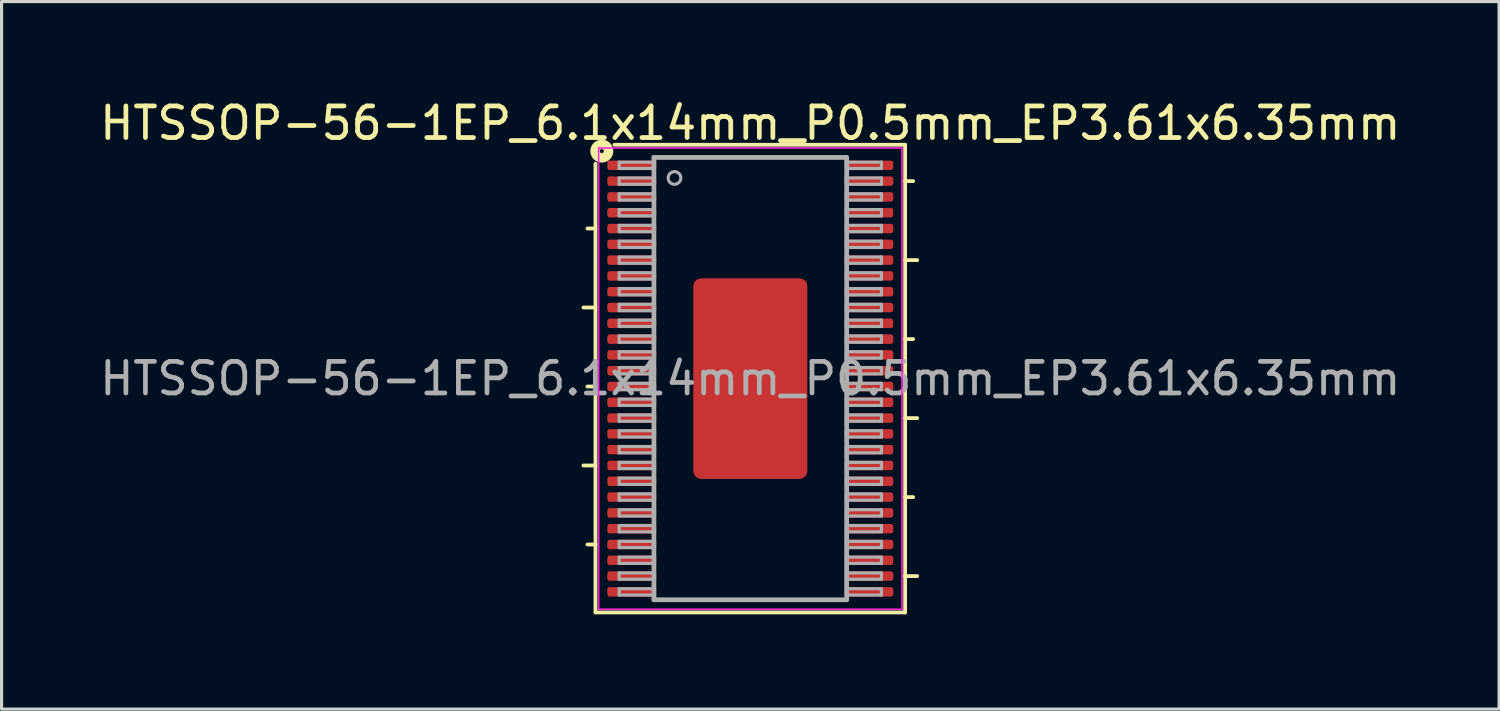
<source format=kicad_pcb>
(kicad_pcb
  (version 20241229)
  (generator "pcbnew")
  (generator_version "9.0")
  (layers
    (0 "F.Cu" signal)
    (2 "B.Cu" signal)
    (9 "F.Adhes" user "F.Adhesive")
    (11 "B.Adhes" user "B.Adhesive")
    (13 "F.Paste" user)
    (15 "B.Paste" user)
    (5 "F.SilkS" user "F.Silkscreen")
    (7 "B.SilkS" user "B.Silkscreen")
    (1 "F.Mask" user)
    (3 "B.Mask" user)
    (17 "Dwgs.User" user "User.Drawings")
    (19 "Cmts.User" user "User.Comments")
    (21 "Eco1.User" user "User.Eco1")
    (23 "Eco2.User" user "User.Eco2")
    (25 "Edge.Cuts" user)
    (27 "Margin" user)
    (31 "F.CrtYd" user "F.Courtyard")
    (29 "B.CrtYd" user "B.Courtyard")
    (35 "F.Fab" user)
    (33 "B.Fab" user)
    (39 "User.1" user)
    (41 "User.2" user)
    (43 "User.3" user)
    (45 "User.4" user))
  (footprint "HTSSOP-56-1EP_6.1x14mm_P0.5mm_EP3.61x6.35mm"
    (layer "F.Cu")
    (at 20.696 8.932)
    (property "Reference" "HTSSOP-56-1EP_6.1x14mm_P0.5mm_EP3.61x6.35mm" (at 0 -8.084 0) (layer "F.SilkS") (effects (font (size 1 1) (thickness 0.15))))
    (attr smd)
    (fp_line (start -5.281 -2.25) (end -4.9 -2.25) (stroke (width 0.12) (type solid)) (layer "F.SilkS"))
    (fp_line (start -5.281 2.75) (end -4.9 2.75) (stroke (width 0.12) (type solid)) (layer "F.SilkS"))
    (fp_line (start -5.154 -4.75) (end -4.9 -4.75) (stroke (width 0.12) (type solid)) (layer "F.SilkS"))
    (fp_line (start -5.154 0.25) (end -4.9 0.25) (stroke (width 0.12) (type solid)) (layer "F.SilkS"))
    (fp_line (start -5.154 5.25) (end -4.9 5.25) (stroke (width 0.12) (type solid)) (layer "F.SilkS"))
    (fp_line (start -4.9 7.4) (end -4.9 -6.8) (stroke (width 0.12) (type solid)) (layer "F.SilkS"))
    (fp_line (start -4.3 -7.4) (end 4.9 -7.4) (stroke (width 0.12) (type solid)) (layer "F.SilkS"))
    (fp_line (start 4.9 -7.4) (end 4.9 7.4) (stroke (width 0.12) (type solid)) (layer "F.SilkS"))
    (fp_line (start 4.9 -6.25) (end 5.154 -6.25) (stroke (width 0.12) (type solid)) (layer "F.SilkS"))
    (fp_line (start 4.9 -3.75) (end 5.281 -3.75) (stroke (width 0.12) (type solid)) (layer "F.SilkS"))
    (fp_line (start 4.9 -1.25) (end 5.154 -1.25) (stroke (width 0.12) (type solid)) (layer "F.SilkS"))
    (fp_line (start 4.9 1.25) (end 5.281 1.25) (stroke (width 0.12) (type solid)) (layer "F.SilkS"))
    (fp_line (start 4.9 3.75) (end 5.154 3.75) (stroke (width 0.12) (type solid)) (layer "F.SilkS"))
    (fp_line (start 4.9 6.25) (end 5.281 6.25) (stroke (width 0.12) (type solid)) (layer "F.SilkS"))
    (fp_line (start 4.9 7.4) (end -4.9 7.4) (stroke (width 0.12) (type solid)) (layer "F.SilkS"))
    (fp_circle (center -4.7 -7.2) (end -4.636 -7.2) (stroke (width 0.3) (type solid)) (fill no) (layer "F.SilkS"))
    (fp_line (start -4.8 -7.3) (end -4.8 7.3) (stroke (width 0.05) (type solid)) (layer "F.CrtYd"))
    (fp_line (start -4.8 -7.3) (end 4.8 -7.3) (stroke (width 0.05) (type solid)) (layer "F.CrtYd"))
    (fp_line (start -4.8 7.3) (end 4.8 7.3) (stroke (width 0.05) (type solid)) (layer "F.CrtYd"))
    (fp_line (start 4.8 -7.3) (end 4.8 7.3) (stroke (width 0.05) (type solid)) (layer "F.CrtYd"))
    (fp_line (start -4.15 -6.85) (end -4.15 -6.65) (stroke (width 0.1) (type solid)) (layer "F.Fab"))
    (fp_line (start -4.15 -6.85) (end -3.05 -6.85) (stroke (width 0.1) (type solid)) (layer "F.Fab"))
    (fp_line (start -4.15 -6.65) (end -3.05 -6.65) (stroke (width 0.1) (type solid)) (layer "F.Fab"))
    (fp_line (start -4.15 -6.35) (end -4.15 -6.15) (stroke (width 0.1) (type solid)) (layer "F.Fab"))
    (fp_line (start -4.15 -6.35) (end -3.05 -6.35) (stroke (width 0.1) (type solid)) (layer "F.Fab"))
    (fp_line (start -4.15 -6.15) (end -3.05 -6.15) (stroke (width 0.1) (type solid)) (layer "F.Fab"))
    (fp_line (start -4.15 -5.85) (end -4.15 -5.65) (stroke (width 0.1) (type solid)) (layer "F.Fab"))
    (fp_line (start -4.15 -5.85) (end -3.05 -5.85) (stroke (width 0.1) (type solid)) (layer "F.Fab"))
    (fp_line (start -4.15 -5.65) (end -3.05 -5.65) (stroke (width 0.1) (type solid)) (layer "F.Fab"))
    (fp_line (start -4.15 -5.35) (end -4.15 -5.15) (stroke (width 0.1) (type solid)) (layer "F.Fab"))
    (fp_line (start -4.15 -5.35) (end -3.05 -5.35) (stroke (width 0.1) (type solid)) (layer "F.Fab"))
    (fp_line (start -4.15 -5.15) (end -3.05 -5.15) (stroke (width 0.1) (type solid)) (layer "F.Fab"))
    (fp_line (start -4.15 -4.85) (end -4.15 -4.65) (stroke (width 0.1) (type solid)) (layer "F.Fab"))
    (fp_line (start -4.15 -4.85) (end -3.05 -4.85) (stroke (width 0.1) (type solid)) (layer "F.Fab"))
    (fp_line (start -4.15 -4.65) (end -3.05 -4.65) (stroke (width 0.1) (type solid)) (layer "F.Fab"))
    (fp_line (start -4.15 -4.35) (end -4.15 -4.15) (stroke (width 0.1) (type solid)) (layer "F.Fab"))
    (fp_line (start -4.15 -4.35) (end -3.05 -4.35) (stroke (width 0.1) (type solid)) (layer "F.Fab"))
    (fp_line (start -4.15 -4.15) (end -3.05 -4.15) (stroke (width 0.1) (type solid)) (layer "F.Fab"))
    (fp_line (start -4.15 -3.85) (end -4.15 -3.65) (stroke (width 0.1) (type solid)) (layer "F.Fab"))
    (fp_line (start -4.15 -3.85) (end -3.05 -3.85) (stroke (width 0.1) (type solid)) (layer "F.Fab"))
    (fp_line (start -4.15 -3.65) (end -3.05 -3.65) (stroke (width 0.1) (type solid)) (layer "F.Fab"))
    (fp_line (start -4.15 -3.35) (end -4.15 -3.15) (stroke (width 0.1) (type solid)) (layer "F.Fab"))
    (fp_line (start -4.15 -3.35) (end -3.05 -3.35) (stroke (width 0.1) (type solid)) (layer "F.Fab"))
    (fp_line (start -4.15 -3.15) (end -3.05 -3.15) (stroke (width 0.1) (type solid)) (layer "F.Fab"))
    (fp_line (start -4.15 -2.85) (end -4.15 -2.65) (stroke (width 0.1) (type solid)) (layer "F.Fab"))
    (fp_line (start -4.15 -2.85) (end -3.05 -2.85) (stroke (width 0.1) (type solid)) (layer "F.Fab"))
    (fp_line (start -4.15 -2.65) (end -3.05 -2.65) (stroke (width 0.1) (type solid)) (layer "F.Fab"))
    (fp_line (start -4.15 -2.35) (end -4.15 -2.15) (stroke (width 0.1) (type solid)) (layer "F.Fab"))
    (fp_line (start -4.15 -2.35) (end -3.05 -2.35) (stroke (width 0.1) (type solid)) (layer "F.Fab"))
    (fp_line (start -4.15 -2.15) (end -3.05 -2.15) (stroke (width 0.1) (type solid)) (layer "F.Fab"))
    (fp_line (start -4.15 -1.85) (end -4.15 -1.65) (stroke (width 0.1) (type solid)) (layer "F.Fab"))
    (fp_line (start -4.15 -1.85) (end -3.05 -1.85) (stroke (width 0.1) (type solid)) (layer "F.Fab"))
    (fp_line (start -4.15 -1.65) (end -3.05 -1.65) (stroke (width 0.1) (type solid)) (layer "F.Fab"))
    (fp_line (start -4.15 -1.35) (end -4.15 -1.15) (stroke (width 0.1) (type solid)) (layer "F.Fab"))
    (fp_line (start -4.15 -1.35) (end -3.05 -1.35) (stroke (width 0.1) (type solid)) (layer "F.Fab"))
    (fp_line (start -4.15 -1.15) (end -3.05 -1.15) (stroke (width 0.1) (type solid)) (layer "F.Fab"))
    (fp_line (start -4.15 -0.85) (end -4.15 -0.65) (stroke (width 0.1) (type solid)) (layer "F.Fab"))
    (fp_line (start -4.15 -0.85) (end -3.05 -0.85) (stroke (width 0.1) (type solid)) (layer "F.Fab"))
    (fp_line (start -4.15 -0.65) (end -3.05 -0.65) (stroke (width 0.1) (type solid)) (layer "F.Fab"))
    (fp_line (start -4.15 -0.35) (end -4.15 -0.15) (stroke (width 0.1) (type solid)) (layer "F.Fab"))
    (fp_line (start -4.15 -0.35) (end -3.05 -0.35) (stroke (width 0.1) (type solid)) (layer "F.Fab"))
    (fp_line (start -4.15 -0.15) (end -3.05 -0.15) (stroke (width 0.1) (type solid)) (layer "F.Fab"))
    (fp_line (start -4.15 0.15) (end -4.15 0.35) (stroke (width 0.1) (type solid)) (layer "F.Fab"))
    (fp_line (start -4.15 0.15) (end -3.05 0.15) (stroke (width 0.1) (type solid)) (layer "F.Fab"))
    (fp_line (start -4.15 0.35) (end -3.05 0.35) (stroke (width 0.1) (type solid)) (layer "F.Fab"))
    (fp_line (start -4.15 0.65) (end -4.15 0.85) (stroke (width 0.1) (type solid)) (layer "F.Fab"))
    (fp_line (start -4.15 0.65) (end -3.05 0.65) (stroke (width 0.1) (type solid)) (layer "F.Fab"))
    (fp_line (start -4.15 0.85) (end -3.05 0.85) (stroke (width 0.1) (type solid)) (layer "F.Fab"))
    (fp_line (start -4.15 1.15) (end -4.15 1.35) (stroke (width 0.1) (type solid)) (layer "F.Fab"))
    (fp_line (start -4.15 1.15) (end -3.05 1.15) (stroke (width 0.1) (type solid)) (layer "F.Fab"))
    (fp_line (start -4.15 1.35) (end -3.05 1.35) (stroke (width 0.1) (type solid)) (layer "F.Fab"))
    (fp_line (start -4.15 1.65) (end -4.15 1.85) (stroke (width 0.1) (type solid)) (layer "F.Fab"))
    (fp_line (start -4.15 1.65) (end -3.05 1.65) (stroke (width 0.1) (type solid)) (layer "F.Fab"))
    (fp_line (start -4.15 1.85) (end -3.05 1.85) (stroke (width 0.1) (type solid)) (layer "F.Fab"))
    (fp_line (start -4.15 2.15) (end -4.15 2.35) (stroke (width 0.1) (type solid)) (layer "F.Fab"))
    (fp_line (start -4.15 2.15) (end -3.05 2.15) (stroke (width 0.1) (type solid)) (layer "F.Fab"))
    (fp_line (start -4.15 2.35) (end -3.05 2.35) (stroke (width 0.1) (type solid)) (layer "F.Fab"))
    (fp_line (start -4.15 2.65) (end -4.15 2.85) (stroke (width 0.1) (type solid)) (layer "F.Fab"))
    (fp_line (start -4.15 2.65) (end -3.05 2.65) (stroke (width 0.1) (type solid)) (layer "F.Fab"))
    (fp_line (start -4.15 2.85) (end -3.05 2.85) (stroke (width 0.1) (type solid)) (layer "F.Fab"))
    (fp_line (start -4.15 3.15) (end -4.15 3.35) (stroke (width 0.1) (type solid)) (layer "F.Fab"))
    (fp_line (start -4.15 3.15) (end -3.05 3.15) (stroke (width 0.1) (type solid)) (layer "F.Fab"))
    (fp_line (start -4.15 3.35) (end -3.05 3.35) (stroke (width 0.1) (type solid)) (layer "F.Fab"))
    (fp_line (start -4.15 3.65) (end -4.15 3.85) (stroke (width 0.1) (type solid)) (layer "F.Fab"))
    (fp_line (start -4.15 3.65) (end -3.05 3.65) (stroke (width 0.1) (type solid)) (layer "F.Fab"))
    (fp_line (start -4.15 3.85) (end -3.05 3.85) (stroke (width 0.1) (type solid)) (layer "F.Fab"))
    (fp_line (start -4.15 4.15) (end -4.15 4.35) (stroke (width 0.1) (type solid)) (layer "F.Fab"))
    (fp_line (start -4.15 4.15) (end -3.05 4.15) (stroke (width 0.1) (type solid)) (layer "F.Fab"))
    (fp_line (start -4.15 4.35) (end -3.05 4.35) (stroke (width 0.1) (type solid)) (layer "F.Fab"))
    (fp_line (start -4.15 4.65) (end -4.15 4.85) (stroke (width 0.1) (type solid)) (layer "F.Fab"))
    (fp_line (start -4.15 4.65) (end -3.05 4.65) (stroke (width 0.1) (type solid)) (layer "F.Fab"))
    (fp_line (start -4.15 4.85) (end -3.05 4.85) (stroke (width 0.1) (type solid)) (layer "F.Fab"))
    (fp_line (start -4.15 5.15) (end -4.15 5.35) (stroke (width 0.1) (type solid)) (layer "F.Fab"))
    (fp_line (start -4.15 5.15) (end -3.05 5.15) (stroke (width 0.1) (type solid)) (layer "F.Fab"))
    (fp_line (start -4.15 5.35) (end -3.05 5.35) (stroke (width 0.1) (type solid)) (layer "F.Fab"))
    (fp_line (start -4.15 5.65) (end -4.15 5.85) (stroke (width 0.1) (type solid)) (layer "F.Fab"))
    (fp_line (start -4.15 5.65) (end -3.05 5.65) (stroke (width 0.1) (type solid)) (layer "F.Fab"))
    (fp_line (start -4.15 5.85) (end -3.05 5.85) (stroke (width 0.1) (type solid)) (layer "F.Fab"))
    (fp_line (start -4.15 6.15) (end -4.15 6.35) (stroke (width 0.1) (type solid)) (layer "F.Fab"))
    (fp_line (start -4.15 6.15) (end -3.05 6.15) (stroke (width 0.1) (type solid)) (layer "F.Fab"))
    (fp_line (start -4.15 6.35) (end -3.05 6.35) (stroke (width 0.1) (type solid)) (layer "F.Fab"))
    (fp_line (start -4.15 6.65) (end -4.15 6.85) (stroke (width 0.1) (type solid)) (layer "F.Fab"))
    (fp_line (start -4.15 6.65) (end -3.05 6.65) (stroke (width 0.1) (type solid)) (layer "F.Fab"))
    (fp_line (start -4.15 6.85) (end -3.05 6.85) (stroke (width 0.1) (type solid)) (layer "F.Fab"))
    (fp_line (start -3.05 -7) (end 3.05 -7) (stroke (width 0.15) (type solid)) (layer "F.Fab"))
    (fp_line (start -3.05 7) (end -3.05 -7) (stroke (width 0.15) (type solid)) (layer "F.Fab"))
    (fp_line (start 3.05 -7) (end 3.05 7) (stroke (width 0.15) (type solid)) (layer "F.Fab"))
    (fp_line (start 3.05 7) (end -3.05 7) (stroke (width 0.15) (type solid)) (layer "F.Fab"))
    (fp_line (start 4.15 -6.85) (end 3.05 -6.85) (stroke (width 0.1) (type solid)) (layer "F.Fab"))
    (fp_line (start 4.15 -6.65) (end 3.05 -6.65) (stroke (width 0.1) (type solid)) (layer "F.Fab"))
    (fp_line (start 4.15 -6.65) (end 4.15 -6.85) (stroke (width 0.1) (type solid)) (layer "F.Fab"))
    (fp_line (start 4.15 -6.35) (end 3.05 -6.35) (stroke (width 0.1) (type solid)) (layer "F.Fab"))
    (fp_line (start 4.15 -6.15) (end 3.05 -6.15) (stroke (width 0.1) (type solid)) (layer "F.Fab"))
    (fp_line (start 4.15 -6.15) (end 4.15 -6.35) (stroke (width 0.1) (type solid)) (layer "F.Fab"))
    (fp_line (start 4.15 -5.85) (end 3.05 -5.85) (stroke (width 0.1) (type solid)) (layer "F.Fab"))
    (fp_line (start 4.15 -5.65) (end 3.05 -5.65) (stroke (width 0.1) (type solid)) (layer "F.Fab"))
    (fp_line (start 4.15 -5.65) (end 4.15 -5.85) (stroke (width 0.1) (type solid)) (layer "F.Fab"))
    (fp_line (start 4.15 -5.35) (end 3.05 -5.35) (stroke (width 0.1) (type solid)) (layer "F.Fab"))
    (fp_line (start 4.15 -5.15) (end 3.05 -5.15) (stroke (width 0.1) (type solid)) (layer "F.Fab"))
    (fp_line (start 4.15 -5.15) (end 4.15 -5.35) (stroke (width 0.1) (type solid)) (layer "F.Fab"))
    (fp_line (start 4.15 -4.85) (end 3.05 -4.85) (stroke (width 0.1) (type solid)) (layer "F.Fab"))
    (fp_line (start 4.15 -4.65) (end 3.05 -4.65) (stroke (width 0.1) (type solid)) (layer "F.Fab"))
    (fp_line (start 4.15 -4.65) (end 4.15 -4.85) (stroke (width 0.1) (type solid)) (layer "F.Fab"))
    (fp_line (start 4.15 -4.35) (end 3.05 -4.35) (stroke (width 0.1) (type solid)) (layer "F.Fab"))
    (fp_line (start 4.15 -4.15) (end 3.05 -4.15) (stroke (width 0.1) (type solid)) (layer "F.Fab"))
    (fp_line (start 4.15 -4.15) (end 4.15 -4.35) (stroke (width 0.1) (type solid)) (layer "F.Fab"))
    (fp_line (start 4.15 -3.85) (end 3.05 -3.85) (stroke (width 0.1) (type solid)) (layer "F.Fab"))
    (fp_line (start 4.15 -3.65) (end 3.05 -3.65) (stroke (width 0.1) (type solid)) (layer "F.Fab"))
    (fp_line (start 4.15 -3.65) (end 4.15 -3.85) (stroke (width 0.1) (type solid)) (layer "F.Fab"))
    (fp_line (start 4.15 -3.35) (end 3.05 -3.35) (stroke (width 0.1) (type solid)) (layer "F.Fab"))
    (fp_line (start 4.15 -3.15) (end 3.05 -3.15) (stroke (width 0.1) (type solid)) (layer "F.Fab"))
    (fp_line (start 4.15 -3.15) (end 4.15 -3.35) (stroke (width 0.1) (type solid)) (layer "F.Fab"))
    (fp_line (start 4.15 -2.85) (end 3.05 -2.85) (stroke (width 0.1) (type solid)) (layer "F.Fab"))
    (fp_line (start 4.15 -2.65) (end 3.05 -2.65) (stroke (width 0.1) (type solid)) (layer "F.Fab"))
    (fp_line (start 4.15 -2.65) (end 4.15 -2.85) (stroke (width 0.1) (type solid)) (layer "F.Fab"))
    (fp_line (start 4.15 -2.35) (end 3.05 -2.35) (stroke (width 0.1) (type solid)) (layer "F.Fab"))
    (fp_line (start 4.15 -2.15) (end 3.05 -2.15) (stroke (width 0.1) (type solid)) (layer "F.Fab"))
    (fp_line (start 4.15 -2.15) (end 4.15 -2.35) (stroke (width 0.1) (type solid)) (layer "F.Fab"))
    (fp_line (start 4.15 -1.85) (end 3.05 -1.85) (stroke (width 0.1) (type solid)) (layer "F.Fab"))
    (fp_line (start 4.15 -1.65) (end 3.05 -1.65) (stroke (width 0.1) (type solid)) (layer "F.Fab"))
    (fp_line (start 4.15 -1.65) (end 4.15 -1.85) (stroke (width 0.1) (type solid)) (layer "F.Fab"))
    (fp_line (start 4.15 -1.35) (end 3.05 -1.35) (stroke (width 0.1) (type solid)) (layer "F.Fab"))
    (fp_line (start 4.15 -1.15) (end 3.05 -1.15) (stroke (width 0.1) (type solid)) (layer "F.Fab"))
    (fp_line (start 4.15 -1.15) (end 4.15 -1.35) (stroke (width 0.1) (type solid)) (layer "F.Fab"))
    (fp_line (start 4.15 -0.85) (end 3.05 -0.85) (stroke (width 0.1) (type solid)) (layer "F.Fab"))
    (fp_line (start 4.15 -0.65) (end 3.05 -0.65) (stroke (width 0.1) (type solid)) (layer "F.Fab"))
    (fp_line (start 4.15 -0.65) (end 4.15 -0.85) (stroke (width 0.1) (type solid)) (layer "F.Fab"))
    (fp_line (start 4.15 -0.35) (end 3.05 -0.35) (stroke (width 0.1) (type solid)) (layer "F.Fab"))
    (fp_line (start 4.15 -0.15) (end 3.05 -0.15) (stroke (width 0.1) (type solid)) (layer "F.Fab"))
    (fp_line (start 4.15 -0.15) (end 4.15 -0.35) (stroke (width 0.1) (type solid)) (layer "F.Fab"))
    (fp_line (start 4.15 0.15) (end 3.05 0.15) (stroke (width 0.1) (type solid)) (layer "F.Fab"))
    (fp_line (start 4.15 0.35) (end 3.05 0.35) (stroke (width 0.1) (type solid)) (layer "F.Fab"))
    (fp_line (start 4.15 0.35) (end 4.15 0.15) (stroke (width 0.1) (type solid)) (layer "F.Fab"))
    (fp_line (start 4.15 0.65) (end 3.05 0.65) (stroke (width 0.1) (type solid)) (layer "F.Fab"))
    (fp_line (start 4.15 0.85) (end 3.05 0.85) (stroke (width 0.1) (type solid)) (layer "F.Fab"))
    (fp_line (start 4.15 0.85) (end 4.15 0.65) (stroke (width 0.1) (type solid)) (layer "F.Fab"))
    (fp_line (start 4.15 1.15) (end 3.05 1.15) (stroke (width 0.1) (type solid)) (layer "F.Fab"))
    (fp_line (start 4.15 1.35) (end 3.05 1.35) (stroke (width 0.1) (type solid)) (layer "F.Fab"))
    (fp_line (start 4.15 1.35) (end 4.15 1.15) (stroke (width 0.1) (type solid)) (layer "F.Fab"))
    (fp_line (start 4.15 1.65) (end 3.05 1.65) (stroke (width 0.1) (type solid)) (layer "F.Fab"))
    (fp_line (start 4.15 1.85) (end 3.05 1.85) (stroke (width 0.1) (type solid)) (layer "F.Fab"))
    (fp_line (start 4.15 1.85) (end 4.15 1.65) (stroke (width 0.1) (type solid)) (layer "F.Fab"))
    (fp_line (start 4.15 2.15) (end 3.05 2.15) (stroke (width 0.1) (type solid)) (layer "F.Fab"))
    (fp_line (start 4.15 2.35) (end 3.05 2.35) (stroke (width 0.1) (type solid)) (layer "F.Fab"))
    (fp_line (start 4.15 2.35) (end 4.15 2.15) (stroke (width 0.1) (type solid)) (layer "F.Fab"))
    (fp_line (start 4.15 2.65) (end 3.05 2.65) (stroke (width 0.1) (type solid)) (layer "F.Fab"))
    (fp_line (start 4.15 2.85) (end 3.05 2.85) (stroke (width 0.1) (type solid)) (layer "F.Fab"))
    (fp_line (start 4.15 2.85) (end 4.15 2.65) (stroke (width 0.1) (type solid)) (layer "F.Fab"))
    (fp_line (start 4.15 3.15) (end 3.05 3.15) (stroke (width 0.1) (type solid)) (layer "F.Fab"))
    (fp_line (start 4.15 3.35) (end 3.05 3.35) (stroke (width 0.1) (type solid)) (layer "F.Fab"))
    (fp_line (start 4.15 3.35) (end 4.15 3.15) (stroke (width 0.1) (type solid)) (layer "F.Fab"))
    (fp_line (start 4.15 3.65) (end 3.05 3.65) (stroke (width 0.1) (type solid)) (layer "F.Fab"))
    (fp_line (start 4.15 3.85) (end 3.05 3.85) (stroke (width 0.1) (type solid)) (layer "F.Fab"))
    (fp_line (start 4.15 3.85) (end 4.15 3.65) (stroke (width 0.1) (type solid)) (layer "F.Fab"))
    (fp_line (start 4.15 4.15) (end 3.05 4.15) (stroke (width 0.1) (type solid)) (layer "F.Fab"))
    (fp_line (start 4.15 4.35) (end 3.05 4.35) (stroke (width 0.1) (type solid)) (layer "F.Fab"))
    (fp_line (start 4.15 4.35) (end 4.15 4.15) (stroke (width 0.1) (type solid)) (layer "F.Fab"))
    (fp_line (start 4.15 4.65) (end 3.05 4.65) (stroke (width 0.1) (type solid)) (layer "F.Fab"))
    (fp_line (start 4.15 4.85) (end 3.05 4.85) (stroke (width 0.1) (type solid)) (layer "F.Fab"))
    (fp_line (start 4.15 4.85) (end 4.15 4.65) (stroke (width 0.1) (type solid)) (layer "F.Fab"))
    (fp_line (start 4.15 5.15) (end 3.05 5.15) (stroke (width 0.1) (type solid)) (layer "F.Fab"))
    (fp_line (start 4.15 5.35) (end 3.05 5.35) (stroke (width 0.1) (type solid)) (layer "F.Fab"))
    (fp_line (start 4.15 5.35) (end 4.15 5.15) (stroke (width 0.1) (type solid)) (layer "F.Fab"))
    (fp_line (start 4.15 5.65) (end 3.05 5.65) (stroke (width 0.1) (type solid)) (layer "F.Fab"))
    (fp_line (start 4.15 5.85) (end 3.05 5.85) (stroke (width 0.1) (type solid)) (layer "F.Fab"))
    (fp_line (start 4.15 5.85) (end 4.15 5.65) (stroke (width 0.1) (type solid)) (layer "F.Fab"))
    (fp_line (start 4.15 6.15) (end 3.05 6.15) (stroke (width 0.1) (type solid)) (layer "F.Fab"))
    (fp_line (start 4.15 6.35) (end 3.05 6.35) (stroke (width 0.1) (type solid)) (layer "F.Fab"))
    (fp_line (start 4.15 6.35) (end 4.15 6.15) (stroke (width 0.1) (type solid)) (layer "F.Fab"))
    (fp_line (start 4.15 6.65) (end 3.05 6.65) (stroke (width 0.1) (type solid)) (layer "F.Fab"))
    (fp_line (start 4.15 6.85) (end 3.05 6.85) (stroke (width 0.1) (type solid)) (layer "F.Fab"))
    (fp_line (start 4.15 6.85) (end 4.15 6.65) (stroke (width 0.1) (type solid)) (layer "F.Fab"))
    (fp_circle (center -2.4 -6.35) (end -2.2 -6.35) (stroke (width 0.1) (type solid)) (fill no) (layer "F.Fab"))
    (fp_text user "${REFERENCE}" (at 0 0 0) (layer "F.Fab") (effects (font (size 1 1) (thickness 0.15))))
    (pad "" smd roundrect (at -1.203 -2.54) (size 0.96 1.03) (layers "F.Paste") (roundrect_rratio 0.25))
    (pad "" smd roundrect (at -1.203 -1.27) (size 0.96 1.03) (layers "F.Paste") (roundrect_rratio 0.25))
    (pad "" smd roundrect (at -1.203 0) (size 0.96 1.03) (layers "F.Paste") (roundrect_rratio 0.25))
    (pad "" smd roundrect (at -1.203 1.27) (size 0.96 1.03) (layers "F.Paste") (roundrect_rratio 0.25))
    (pad "" smd roundrect (at -1.203 2.54) (size 0.96 1.03) (layers "F.Paste") (roundrect_rratio 0.25))
    (pad "" smd roundrect (at 0 -2.54) (size 0.96 1.03) (layers "F.Paste") (roundrect_rratio 0.25))
    (pad "" smd roundrect (at 0 -1.27) (size 0.96 1.03) (layers "F.Paste") (roundrect_rratio 0.25))
    (pad "" smd roundrect (at 0 0) (size 0.96 1.03) (layers "F.Paste") (roundrect_rratio 0.25))
    (pad "" smd roundrect (at 0 1.27) (size 0.96 1.03) (layers "F.Paste") (roundrect_rratio 0.25))
    (pad "" smd roundrect (at 0 2.54) (size 0.96 1.03) (layers "F.Paste") (roundrect_rratio 0.25))
    (pad "" smd roundrect (at 1.203 -2.54) (size 0.96 1.03) (layers "F.Paste") (roundrect_rratio 0.25))
    (pad "" smd roundrect (at 1.203 -1.27) (size 0.96 1.03) (layers "F.Paste") (roundrect_rratio 0.25))
    (pad "" smd roundrect (at 1.203 0) (size 0.96 1.03) (layers "F.Paste") (roundrect_rratio 0.25))
    (pad "" smd roundrect (at 1.203 1.27) (size 0.96 1.03) (layers "F.Paste") (roundrect_rratio 0.25))
    (pad "" smd roundrect (at 1.203 2.54) (size 0.96 1.03) (layers "F.Paste") (roundrect_rratio 0.25))
    (pad "1" smd roundrect (at -3.75 -6.75) (size 1.55 0.3) (layers "F.Cu" "F.Mask" "F.Paste") (roundrect_rratio 0.25))
    (pad "2" smd roundrect (at -3.75 -6.25) (size 1.55 0.3) (layers "F.Cu" "F.Mask" "F.Paste") (roundrect_rratio 0.25))
    (pad "3" smd roundrect (at -3.75 -5.75) (size 1.55 0.3) (layers "F.Cu" "F.Mask" "F.Paste") (roundrect_rratio 0.25))
    (pad "4" smd roundrect (at -3.75 -5.25) (size 1.55 0.3) (layers "F.Cu" "F.Mask" "F.Paste") (roundrect_rratio 0.25))
    (pad "5" smd roundrect (at -3.75 -4.75) (size 1.55 0.3) (layers "F.Cu" "F.Mask" "F.Paste") (roundrect_rratio 0.25))
    (pad "6" smd roundrect (at -3.75 -4.25) (size 1.55 0.3) (layers "F.Cu" "F.Mask" "F.Paste") (roundrect_rratio 0.25))
    (pad "7" smd roundrect (at -3.75 -3.75) (size 1.55 0.3) (layers "F.Cu" "F.Mask" "F.Paste") (roundrect_rratio 0.25))
    (pad "8" smd roundrect (at -3.75 -3.25) (size 1.55 0.3) (layers "F.Cu" "F.Mask" "F.Paste") (roundrect_rratio 0.25))
    (pad "9" smd roundrect (at -3.75 -2.75) (size 1.55 0.3) (layers "F.Cu" "F.Mask" "F.Paste") (roundrect_rratio 0.25))
    (pad "10" smd roundrect (at -3.75 -2.25) (size 1.55 0.3) (layers "F.Cu" "F.Mask" "F.Paste") (roundrect_rratio 0.25))
    (pad "11" smd roundrect (at -3.75 -1.75) (size 1.55 0.3) (layers "F.Cu" "F.Mask" "F.Paste") (roundrect_rratio 0.25))
    (pad "12" smd roundrect (at -3.75 -1.25) (size 1.55 0.3) (layers "F.Cu" "F.Mask" "F.Paste") (roundrect_rratio 0.25))
    (pad "13" smd roundrect (at -3.75 -0.75) (size 1.55 0.3) (layers "F.Cu" "F.Mask" "F.Paste") (roundrect_rratio 0.25))
    (pad "14" smd roundrect (at -3.75 -0.25) (size 1.55 0.3) (layers "F.Cu" "F.Mask" "F.Paste") (roundrect_rratio 0.25))
    (pad "15" smd roundrect (at -3.75 0.25) (size 1.55 0.3) (layers "F.Cu" "F.Mask" "F.Paste") (roundrect_rratio 0.25))
    (pad "16" smd roundrect (at -3.75 0.75) (size 1.55 0.3) (layers "F.Cu" "F.Mask" "F.Paste") (roundrect_rratio 0.25))
    (pad "17" smd roundrect (at -3.75 1.25) (size 1.55 0.3) (layers "F.Cu" "F.Mask" "F.Paste") (roundrect_rratio 0.25))
    (pad "18" smd roundrect (at -3.75 1.75) (size 1.55 0.3) (layers "F.Cu" "F.Mask" "F.Paste") (roundrect_rratio 0.25))
    (pad "19" smd roundrect (at -3.75 2.25) (size 1.55 0.3) (layers "F.Cu" "F.Mask" "F.Paste") (roundrect_rratio 0.25))
    (pad "20" smd roundrect (at -3.75 2.75) (size 1.55 0.3) (layers "F.Cu" "F.Mask" "F.Paste") (roundrect_rratio 0.25))
    (pad "21" smd roundrect (at -3.75 3.25) (size 1.55 0.3) (layers "F.Cu" "F.Mask" "F.Paste") (roundrect_rratio 0.25))
    (pad "22" smd roundrect (at -3.75 3.75) (size 1.55 0.3) (layers "F.Cu" "F.Mask" "F.Paste") (roundrect_rratio 0.25))
    (pad "23" smd roundrect (at -3.75 4.25) (size 1.55 0.3) (layers "F.Cu" "F.Mask" "F.Paste") (roundrect_rratio 0.25))
    (pad "24" smd roundrect (at -3.75 4.75) (size 1.55 0.3) (layers "F.Cu" "F.Mask" "F.Paste") (roundrect_rratio 0.25))
    (pad "25" smd roundrect (at -3.75 5.25) (size 1.55 0.3) (layers "F.Cu" "F.Mask" "F.Paste") (roundrect_rratio 0.25))
    (pad "26" smd roundrect (at -3.75 5.75) (size 1.55 0.3) (layers "F.Cu" "F.Mask" "F.Paste") (roundrect_rratio 0.25))
    (pad "27" smd roundrect (at -3.75 6.25) (size 1.55 0.3) (layers "F.Cu" "F.Mask" "F.Paste") (roundrect_rratio 0.25))
    (pad "28" smd roundrect (at -3.75 6.75) (size 1.55 0.3) (layers "F.Cu" "F.Mask" "F.Paste") (roundrect_rratio 0.25))
    (pad "29" smd roundrect (at 3.75 6.75) (size 1.55 0.3) (layers "F.Cu" "F.Mask" "F.Paste") (roundrect_rratio 0.25))
    (pad "30" smd roundrect (at 3.75 6.25) (size 1.55 0.3) (layers "F.Cu" "F.Mask" "F.Paste") (roundrect_rratio 0.25))
    (pad "31" smd roundrect (at 3.75 5.75) (size 1.55 0.3) (layers "F.Cu" "F.Mask" "F.Paste") (roundrect_rratio 0.25))
    (pad "32" smd roundrect (at 3.75 5.25) (size 1.55 0.3) (layers "F.Cu" "F.Mask" "F.Paste") (roundrect_rratio 0.25))
    (pad "33" smd roundrect (at 3.75 4.75) (size 1.55 0.3) (layers "F.Cu" "F.Mask" "F.Paste") (roundrect_rratio 0.25))
    (pad "34" smd roundrect (at 3.75 4.25) (size 1.55 0.3) (layers "F.Cu" "F.Mask" "F.Paste") (roundrect_rratio 0.25))
    (pad "35" smd roundrect (at 3.75 3.75) (size 1.55 0.3) (layers "F.Cu" "F.Mask" "F.Paste") (roundrect_rratio 0.25))
    (pad "36" smd roundrect (at 3.75 3.25) (size 1.55 0.3) (layers "F.Cu" "F.Mask" "F.Paste") (roundrect_rratio 0.25))
    (pad "37" smd roundrect (at 3.75 2.75) (size 1.55 0.3) (layers "F.Cu" "F.Mask" "F.Paste") (roundrect_rratio 0.25))
    (pad "38" smd roundrect (at 3.75 2.25) (size 1.55 0.3) (layers "F.Cu" "F.Mask" "F.Paste") (roundrect_rratio 0.25))
    (pad "39" smd roundrect (at 3.75 1.75) (size 1.55 0.3) (layers "F.Cu" "F.Mask" "F.Paste") (roundrect_rratio 0.25))
    (pad "40" smd roundrect (at 3.75 1.25) (size 1.55 0.3) (layers "F.Cu" "F.Mask" "F.Paste") (roundrect_rratio 0.25))
    (pad "41" smd roundrect (at 3.75 0.75) (size 1.55 0.3) (layers "F.Cu" "F.Mask" "F.Paste") (roundrect_rratio 0.25))
    (pad "42" smd roundrect (at 3.75 0.25) (size 1.55 0.3) (layers "F.Cu" "F.Mask" "F.Paste") (roundrect_rratio 0.25))
    (pad "43" smd roundrect (at 3.75 -0.25) (size 1.55 0.3) (layers "F.Cu" "F.Mask" "F.Paste") (roundrect_rratio 0.25))
    (pad "44" smd roundrect (at 3.75 -0.75) (size 1.55 0.3) (layers "F.Cu" "F.Mask" "F.Paste") (roundrect_rratio 0.25))
    (pad "45" smd roundrect (at 3.75 -1.25) (size 1.55 0.3) (layers "F.Cu" "F.Mask" "F.Paste") (roundrect_rratio 0.25))
    (pad "46" smd roundrect (at 3.75 -1.75) (size 1.55 0.3) (layers "F.Cu" "F.Mask" "F.Paste") (roundrect_rratio 0.25))
    (pad "47" smd roundrect (at 3.75 -2.25) (size 1.55 0.3) (layers "F.Cu" "F.Mask" "F.Paste") (roundrect_rratio 0.25))
    (pad "48" smd roundrect (at 3.75 -2.75) (size 1.55 0.3) (layers "F.Cu" "F.Mask" "F.Paste") (roundrect_rratio 0.25))
    (pad "49" smd roundrect (at 3.75 -3.25) (size 1.55 0.3) (layers "F.Cu" "F.Mask" "F.Paste") (roundrect_rratio 0.25))
    (pad "50" smd roundrect (at 3.75 -3.75) (size 1.55 0.3) (layers "F.Cu" "F.Mask" "F.Paste") (roundrect_rratio 0.25))
    (pad "51" smd roundrect (at 3.75 -4.25) (size 1.55 0.3) (layers "F.Cu" "F.Mask" "F.Paste") (roundrect_rratio 0.25))
    (pad "52" smd roundrect (at 3.75 -4.75) (size 1.55 0.3) (layers "F.Cu" "F.Mask" "F.Paste") (roundrect_rratio 0.25))
    (pad "53" smd roundrect (at 3.75 -5.25) (size 1.55 0.3) (layers "F.Cu" "F.Mask" "F.Paste") (roundrect_rratio 0.25))
    (pad "54" smd roundrect (at 3.75 -5.75) (size 1.55 0.3) (layers "F.Cu" "F.Mask" "F.Paste") (roundrect_rratio 0.25))
    (pad "55" smd roundrect (at 3.75 -6.25) (size 1.55 0.3) (layers "F.Cu" "F.Mask" "F.Paste") (roundrect_rratio 0.25))
    (pad "56" smd roundrect (at 3.75 -6.75) (size 1.55 0.3) (layers "F.Cu" "F.Mask" "F.Paste") (roundrect_rratio 0.25))
    (pad "57" smd roundrect (at 0 0) (size 3.61 6.35) (layers "F.Cu" "F.Mask") (roundrect_rratio 0.069)))
  (gr_rect
    (start -3 -3)
    (end 44.393 19.392)
    (stroke (width 0.1) (type default))
    (fill no)
    (layer "Edge.Cuts")))
</source>
